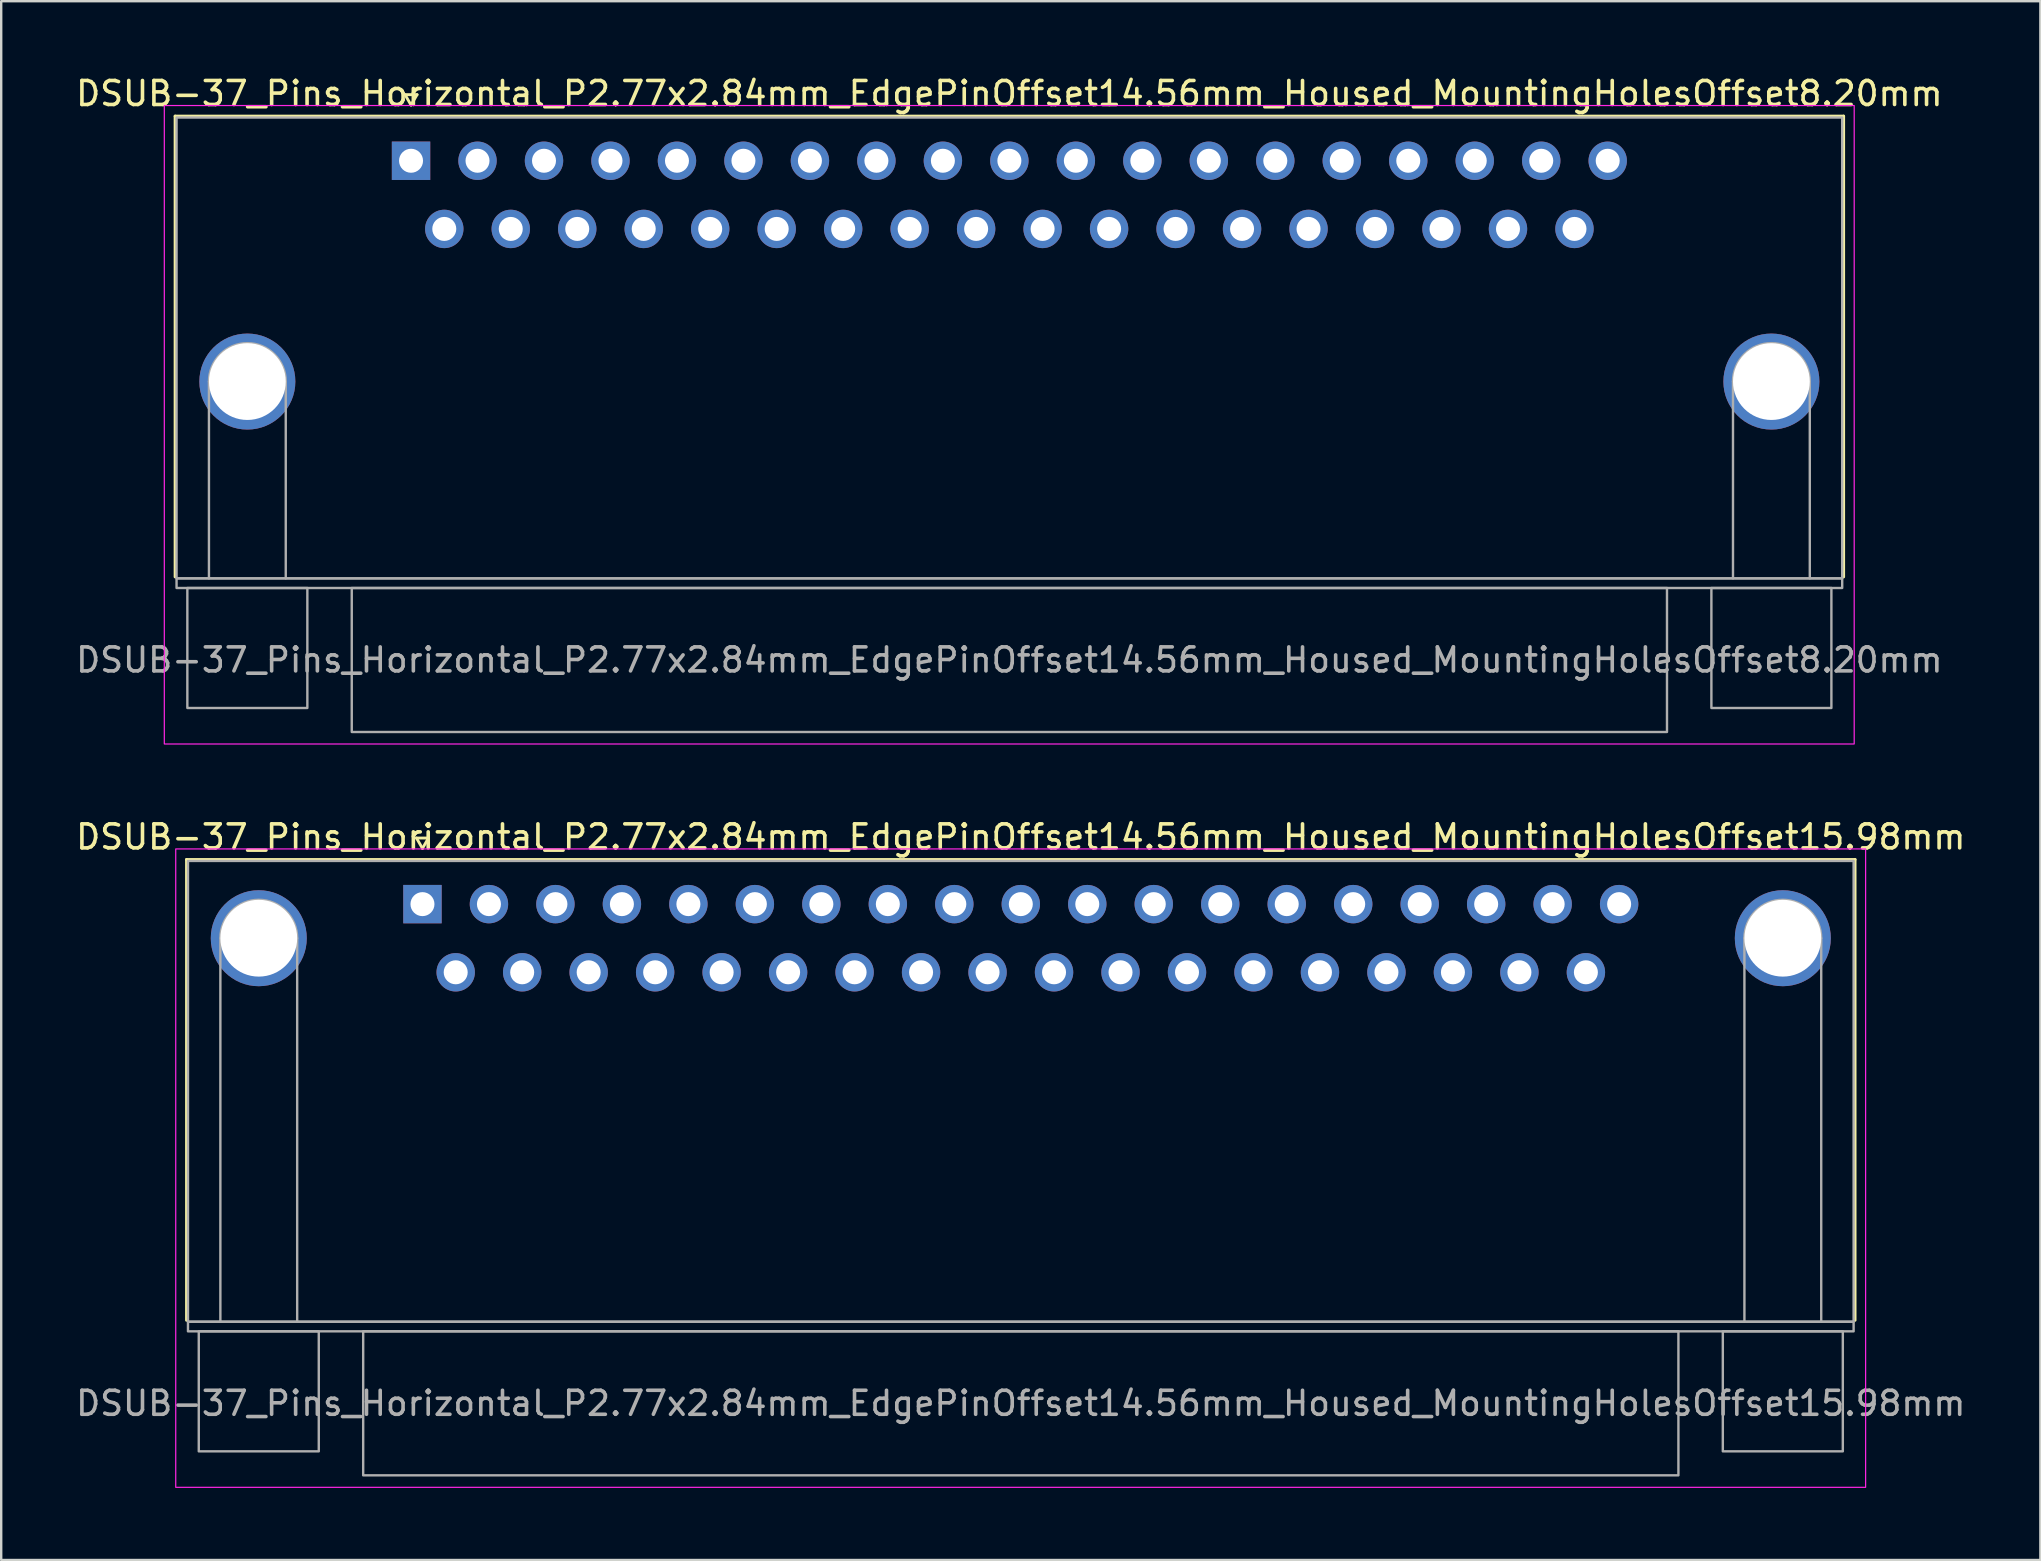
<source format=kicad_pcb>
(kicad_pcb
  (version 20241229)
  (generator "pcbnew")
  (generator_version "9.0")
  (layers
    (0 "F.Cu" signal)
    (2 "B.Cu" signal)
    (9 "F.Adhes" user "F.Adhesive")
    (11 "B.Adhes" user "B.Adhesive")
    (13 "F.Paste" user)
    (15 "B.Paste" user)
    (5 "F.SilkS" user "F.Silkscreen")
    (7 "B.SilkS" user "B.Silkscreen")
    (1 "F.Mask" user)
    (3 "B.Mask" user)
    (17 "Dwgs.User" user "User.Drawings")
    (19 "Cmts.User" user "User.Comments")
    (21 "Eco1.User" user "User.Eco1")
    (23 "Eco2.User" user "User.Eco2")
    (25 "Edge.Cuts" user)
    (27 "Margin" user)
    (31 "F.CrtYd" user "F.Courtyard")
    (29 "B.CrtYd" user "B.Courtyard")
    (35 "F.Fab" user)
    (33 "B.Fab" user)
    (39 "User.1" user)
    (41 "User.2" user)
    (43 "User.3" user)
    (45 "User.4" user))
  (footprint "DSUB-37_Pins_Horizontal_P2.77x2.84mm_EdgePinOffset14.56mm_Housed_MountingHolesOffset8.20mm"
    (layer "F.Cu")
    (at 14.076 3.648)
    (property "Reference" "DSUB-37_Pins_Horizontal_P2.77x2.84mm_EdgePinOffset14.56mm_Housed_MountingHolesOffset8.20mm" (at 24.93 -2.8 0) (layer "F.SilkS") (effects (font (size 1 1) (thickness 0.15))))
    (attr through_hole)
    (fp_line (start -9.83 -1.86) (end 59.69 -1.86) (stroke (width 0.12) (type solid)) (layer "F.SilkS"))
    (fp_line (start -9.83 17.34) (end -9.83 -1.86) (stroke (width 0.12) (type solid)) (layer "F.SilkS"))
    (fp_line (start -0.25 -2.754) (end 0.25 -2.754) (stroke (width 0.12) (type solid)) (layer "F.SilkS"))
    (fp_line (start 0 -2.321) (end -0.25 -2.754) (stroke (width 0.12) (type solid)) (layer "F.SilkS"))
    (fp_line (start 0.25 -2.754) (end 0 -2.321) (stroke (width 0.12) (type solid)) (layer "F.SilkS"))
    (fp_line (start 59.69 -1.86) (end 59.69 17.34) (stroke (width 0.12) (type solid)) (layer "F.SilkS"))
    (fp_rect (start -10.28 -2.3) (end 60.13 24.3) (stroke (width 0.05) (type solid)) (fill no) (layer "F.CrtYd"))
    (fp_line (start -8.42 17.4) (end -8.42 9.2) (stroke (width 0.1) (type solid)) (layer "F.Fab"))
    (fp_line (start -5.22 17.4) (end -5.22 9.2) (stroke (width 0.1) (type solid)) (layer "F.Fab"))
    (fp_line (start 55.08 17.4) (end 55.08 9.2) (stroke (width 0.1) (type solid)) (layer "F.Fab"))
    (fp_line (start 58.28 17.4) (end 58.28 9.2) (stroke (width 0.1) (type solid)) (layer "F.Fab"))
    (fp_rect (start -9.77 -1.8) (end 59.63 17.4) (stroke (width 0.1) (type solid)) (fill no) (layer "F.Fab"))
    (fp_rect (start -9.77 17.4) (end 59.63 17.8) (stroke (width 0.1) (type solid)) (fill no) (layer "F.Fab"))
    (fp_rect (start -9.32 17.8) (end -4.32 22.8) (stroke (width 0.1) (type solid)) (fill no) (layer "F.Fab"))
    (fp_rect (start -2.47 17.8) (end 52.33 23.8) (stroke (width 0.1) (type solid)) (fill no) (layer "F.Fab"))
    (fp_rect (start 54.18 17.8) (end 59.18 22.8) (stroke (width 0.1) (type solid)) (fill no) (layer "F.Fab"))
    (fp_arc (start -8.42 9.2) (mid -6.82 7.6) (end -5.22 9.2) (stroke (width 0.1) (type solid)) (layer "F.Fab"))
    (fp_arc (start 55.08 9.2) (mid 56.68 7.6) (end 58.28 9.2) (stroke (width 0.1) (type solid)) (layer "F.Fab"))
    (fp_text user "${REFERENCE}" (at 24.93 20.8 0) (layer "F.Fab") (effects (font (size 1 1) (thickness 0.15))))
    (pad "1" thru_hole rect (at 0 0) (size 1.6 1.6) (drill 1) (layers "*.Cu" "*.Mask"))
    (pad "2" thru_hole circle (at 2.77 0) (size 1.6 1.6) (drill 1) (layers "*.Cu" "*.Mask"))
    (pad "3" thru_hole circle (at 5.54 0) (size 1.6 1.6) (drill 1) (layers "*.Cu" "*.Mask"))
    (pad "4" thru_hole circle (at 8.31 0) (size 1.6 1.6) (drill 1) (layers "*.Cu" "*.Mask"))
    (pad "5" thru_hole circle (at 11.08 0) (size 1.6 1.6) (drill 1) (layers "*.Cu" "*.Mask"))
    (pad "6" thru_hole circle (at 13.85 0) (size 1.6 1.6) (drill 1) (layers "*.Cu" "*.Mask"))
    (pad "7" thru_hole circle (at 16.62 0) (size 1.6 1.6) (drill 1) (layers "*.Cu" "*.Mask"))
    (pad "8" thru_hole circle (at 19.39 0) (size 1.6 1.6) (drill 1) (layers "*.Cu" "*.Mask"))
    (pad "9" thru_hole circle (at 22.16 0) (size 1.6 1.6) (drill 1) (layers "*.Cu" "*.Mask"))
    (pad "10" thru_hole circle (at 24.93 0) (size 1.6 1.6) (drill 1) (layers "*.Cu" "*.Mask"))
    (pad "11" thru_hole circle (at 27.7 0) (size 1.6 1.6) (drill 1) (layers "*.Cu" "*.Mask"))
    (pad "12" thru_hole circle (at 30.47 0) (size 1.6 1.6) (drill 1) (layers "*.Cu" "*.Mask"))
    (pad "13" thru_hole circle (at 33.24 0) (size 1.6 1.6) (drill 1) (layers "*.Cu" "*.Mask"))
    (pad "14" thru_hole circle (at 36.01 0) (size 1.6 1.6) (drill 1) (layers "*.Cu" "*.Mask"))
    (pad "15" thru_hole circle (at 38.78 0) (size 1.6 1.6) (drill 1) (layers "*.Cu" "*.Mask"))
    (pad "16" thru_hole circle (at 41.55 0) (size 1.6 1.6) (drill 1) (layers "*.Cu" "*.Mask"))
    (pad "17" thru_hole circle (at 44.32 0) (size 1.6 1.6) (drill 1) (layers "*.Cu" "*.Mask"))
    (pad "18" thru_hole circle (at 47.09 0) (size 1.6 1.6) (drill 1) (layers "*.Cu" "*.Mask"))
    (pad "19" thru_hole circle (at 49.86 0) (size 1.6 1.6) (drill 1) (layers "*.Cu" "*.Mask"))
    (pad "20" thru_hole circle (at 1.385 2.84) (size 1.6 1.6) (drill 1) (layers "*.Cu" "*.Mask"))
    (pad "21" thru_hole circle (at 4.155 2.84) (size 1.6 1.6) (drill 1) (layers "*.Cu" "*.Mask"))
    (pad "22" thru_hole circle (at 6.925 2.84) (size 1.6 1.6) (drill 1) (layers "*.Cu" "*.Mask"))
    (pad "23" thru_hole circle (at 9.695 2.84) (size 1.6 1.6) (drill 1) (layers "*.Cu" "*.Mask"))
    (pad "24" thru_hole circle (at 12.465 2.84) (size 1.6 1.6) (drill 1) (layers "*.Cu" "*.Mask"))
    (pad "25" thru_hole circle (at 15.235 2.84) (size 1.6 1.6) (drill 1) (layers "*.Cu" "*.Mask"))
    (pad "26" thru_hole circle (at 18.005 2.84) (size 1.6 1.6) (drill 1) (layers "*.Cu" "*.Mask"))
    (pad "27" thru_hole circle (at 20.775 2.84) (size 1.6 1.6) (drill 1) (layers "*.Cu" "*.Mask"))
    (pad "28" thru_hole circle (at 23.545 2.84) (size 1.6 1.6) (drill 1) (layers "*.Cu" "*.Mask"))
    (pad "29" thru_hole circle (at 26.315 2.84) (size 1.6 1.6) (drill 1) (layers "*.Cu" "*.Mask"))
    (pad "30" thru_hole circle (at 29.085 2.84) (size 1.6 1.6) (drill 1) (layers "*.Cu" "*.Mask"))
    (pad "31" thru_hole circle (at 31.855 2.84) (size 1.6 1.6) (drill 1) (layers "*.Cu" "*.Mask"))
    (pad "32" thru_hole circle (at 34.625 2.84) (size 1.6 1.6) (drill 1) (layers "*.Cu" "*.Mask"))
    (pad "33" thru_hole circle (at 37.395 2.84) (size 1.6 1.6) (drill 1) (layers "*.Cu" "*.Mask"))
    (pad "34" thru_hole circle (at 40.165 2.84) (size 1.6 1.6) (drill 1) (layers "*.Cu" "*.Mask"))
    (pad "35" thru_hole circle (at 42.935 2.84) (size 1.6 1.6) (drill 1) (layers "*.Cu" "*.Mask"))
    (pad "36" thru_hole circle (at 45.705 2.84) (size 1.6 1.6) (drill 1) (layers "*.Cu" "*.Mask"))
    (pad "37" thru_hole circle (at 48.475 2.84) (size 1.6 1.6) (drill 1) (layers "*.Cu" "*.Mask"))
    (pad "SH" thru_hole circle (at -6.82 9.2) (size 4 4) (drill 3.2) (layers "*.Cu" "*.Mask"))
    (pad "SH" thru_hole circle (at 56.68 9.2) (size 4 4) (drill 3.2) (layers "*.Cu" "*.Mask")))
  (footprint "DSUB-37_Pins_Horizontal_P2.77x2.84mm_EdgePinOffset14.56mm_Housed_MountingHolesOffset15.98mm"
    (layer "F.Cu")
    (at 14.552 34.621)
    (property "Reference" "DSUB-37_Pins_Horizontal_P2.77x2.84mm_EdgePinOffset14.56mm_Housed_MountingHolesOffset15.98mm" (at 24.93 -2.8 0) (layer "F.SilkS") (effects (font (size 1 1) (thickness 0.15))))
    (attr through_hole)
    (fp_line (start -9.83 -1.86) (end 59.69 -1.86) (stroke (width 0.12) (type solid)) (layer "F.SilkS"))
    (fp_line (start -9.83 17.34) (end -9.83 -1.86) (stroke (width 0.12) (type solid)) (layer "F.SilkS"))
    (fp_line (start -0.25 -2.754) (end 0.25 -2.754) (stroke (width 0.12) (type solid)) (layer "F.SilkS"))
    (fp_line (start 0 -2.321) (end -0.25 -2.754) (stroke (width 0.12) (type solid)) (layer "F.SilkS"))
    (fp_line (start 0.25 -2.754) (end 0 -2.321) (stroke (width 0.12) (type solid)) (layer "F.SilkS"))
    (fp_line (start 59.69 -1.86) (end 59.69 17.34) (stroke (width 0.12) (type solid)) (layer "F.SilkS"))
    (fp_rect (start -10.28 -2.3) (end 60.13 24.3) (stroke (width 0.05) (type solid)) (fill no) (layer "F.CrtYd"))
    (fp_line (start -8.42 17.4) (end -8.42 1.42) (stroke (width 0.1) (type solid)) (layer "F.Fab"))
    (fp_line (start -5.22 17.4) (end -5.22 1.42) (stroke (width 0.1) (type solid)) (layer "F.Fab"))
    (fp_line (start 55.08 17.4) (end 55.08 1.42) (stroke (width 0.1) (type solid)) (layer "F.Fab"))
    (fp_line (start 58.28 17.4) (end 58.28 1.42) (stroke (width 0.1) (type solid)) (layer "F.Fab"))
    (fp_rect (start -9.77 -1.8) (end 59.63 17.4) (stroke (width 0.1) (type solid)) (fill no) (layer "F.Fab"))
    (fp_rect (start -9.77 17.4) (end 59.63 17.8) (stroke (width 0.1) (type solid)) (fill no) (layer "F.Fab"))
    (fp_rect (start -9.32 17.8) (end -4.32 22.8) (stroke (width 0.1) (type solid)) (fill no) (layer "F.Fab"))
    (fp_rect (start -2.47 17.8) (end 52.33 23.8) (stroke (width 0.1) (type solid)) (fill no) (layer "F.Fab"))
    (fp_rect (start 54.18 17.8) (end 59.18 22.8) (stroke (width 0.1) (type solid)) (fill no) (layer "F.Fab"))
    (fp_arc (start -8.42 1.42) (mid -6.82 -0.18) (end -5.22 1.42) (stroke (width 0.1) (type solid)) (layer "F.Fab"))
    (fp_arc (start 55.08 1.42) (mid 56.68 -0.18) (end 58.28 1.42) (stroke (width 0.1) (type solid)) (layer "F.Fab"))
    (fp_text user "${REFERENCE}" (at 24.93 20.8 0) (layer "F.Fab") (effects (font (size 1 1) (thickness 0.15))))
    (pad "1" thru_hole rect (at 0 0) (size 1.6 1.6) (drill 1) (layers "*.Cu" "*.Mask"))
    (pad "2" thru_hole circle (at 2.77 0) (size 1.6 1.6) (drill 1) (layers "*.Cu" "*.Mask"))
    (pad "3" thru_hole circle (at 5.54 0) (size 1.6 1.6) (drill 1) (layers "*.Cu" "*.Mask"))
    (pad "4" thru_hole circle (at 8.31 0) (size 1.6 1.6) (drill 1) (layers "*.Cu" "*.Mask"))
    (pad "5" thru_hole circle (at 11.08 0) (size 1.6 1.6) (drill 1) (layers "*.Cu" "*.Mask"))
    (pad "6" thru_hole circle (at 13.85 0) (size 1.6 1.6) (drill 1) (layers "*.Cu" "*.Mask"))
    (pad "7" thru_hole circle (at 16.62 0) (size 1.6 1.6) (drill 1) (layers "*.Cu" "*.Mask"))
    (pad "8" thru_hole circle (at 19.39 0) (size 1.6 1.6) (drill 1) (layers "*.Cu" "*.Mask"))
    (pad "9" thru_hole circle (at 22.16 0) (size 1.6 1.6) (drill 1) (layers "*.Cu" "*.Mask"))
    (pad "10" thru_hole circle (at 24.93 0) (size 1.6 1.6) (drill 1) (layers "*.Cu" "*.Mask"))
    (pad "11" thru_hole circle (at 27.7 0) (size 1.6 1.6) (drill 1) (layers "*.Cu" "*.Mask"))
    (pad "12" thru_hole circle (at 30.47 0) (size 1.6 1.6) (drill 1) (layers "*.Cu" "*.Mask"))
    (pad "13" thru_hole circle (at 33.24 0) (size 1.6 1.6) (drill 1) (layers "*.Cu" "*.Mask"))
    (pad "14" thru_hole circle (at 36.01 0) (size 1.6 1.6) (drill 1) (layers "*.Cu" "*.Mask"))
    (pad "15" thru_hole circle (at 38.78 0) (size 1.6 1.6) (drill 1) (layers "*.Cu" "*.Mask"))
    (pad "16" thru_hole circle (at 41.55 0) (size 1.6 1.6) (drill 1) (layers "*.Cu" "*.Mask"))
    (pad "17" thru_hole circle (at 44.32 0) (size 1.6 1.6) (drill 1) (layers "*.Cu" "*.Mask"))
    (pad "18" thru_hole circle (at 47.09 0) (size 1.6 1.6) (drill 1) (layers "*.Cu" "*.Mask"))
    (pad "19" thru_hole circle (at 49.86 0) (size 1.6 1.6) (drill 1) (layers "*.Cu" "*.Mask"))
    (pad "20" thru_hole circle (at 1.385 2.84) (size 1.6 1.6) (drill 1) (layers "*.Cu" "*.Mask"))
    (pad "21" thru_hole circle (at 4.155 2.84) (size 1.6 1.6) (drill 1) (layers "*.Cu" "*.Mask"))
    (pad "22" thru_hole circle (at 6.925 2.84) (size 1.6 1.6) (drill 1) (layers "*.Cu" "*.Mask"))
    (pad "23" thru_hole circle (at 9.695 2.84) (size 1.6 1.6) (drill 1) (layers "*.Cu" "*.Mask"))
    (pad "24" thru_hole circle (at 12.465 2.84) (size 1.6 1.6) (drill 1) (layers "*.Cu" "*.Mask"))
    (pad "25" thru_hole circle (at 15.235 2.84) (size 1.6 1.6) (drill 1) (layers "*.Cu" "*.Mask"))
    (pad "26" thru_hole circle (at 18.005 2.84) (size 1.6 1.6) (drill 1) (layers "*.Cu" "*.Mask"))
    (pad "27" thru_hole circle (at 20.775 2.84) (size 1.6 1.6) (drill 1) (layers "*.Cu" "*.Mask"))
    (pad "28" thru_hole circle (at 23.545 2.84) (size 1.6 1.6) (drill 1) (layers "*.Cu" "*.Mask"))
    (pad "29" thru_hole circle (at 26.315 2.84) (size 1.6 1.6) (drill 1) (layers "*.Cu" "*.Mask"))
    (pad "30" thru_hole circle (at 29.085 2.84) (size 1.6 1.6) (drill 1) (layers "*.Cu" "*.Mask"))
    (pad "31" thru_hole circle (at 31.855 2.84) (size 1.6 1.6) (drill 1) (layers "*.Cu" "*.Mask"))
    (pad "32" thru_hole circle (at 34.625 2.84) (size 1.6 1.6) (drill 1) (layers "*.Cu" "*.Mask"))
    (pad "33" thru_hole circle (at 37.395 2.84) (size 1.6 1.6) (drill 1) (layers "*.Cu" "*.Mask"))
    (pad "34" thru_hole circle (at 40.165 2.84) (size 1.6 1.6) (drill 1) (layers "*.Cu" "*.Mask"))
    (pad "35" thru_hole circle (at 42.935 2.84) (size 1.6 1.6) (drill 1) (layers "*.Cu" "*.Mask"))
    (pad "36" thru_hole circle (at 45.705 2.84) (size 1.6 1.6) (drill 1) (layers "*.Cu" "*.Mask"))
    (pad "37" thru_hole circle (at 48.475 2.84) (size 1.6 1.6) (drill 1) (layers "*.Cu" "*.Mask"))
    (pad "SH" thru_hole circle (at -6.82 1.42) (size 4 4) (drill 3.2) (layers "*.Cu" "*.Mask"))
    (pad "SH" thru_hole circle (at 56.68 1.42) (size 4 4) (drill 3.2) (layers "*.Cu" "*.Mask")))
  (gr_rect
    (start -3 -3)
    (end 81.964 61.947)
    (stroke (width 0.1) (type default))
    (fill no)
    (layer "Edge.Cuts")))
</source>
